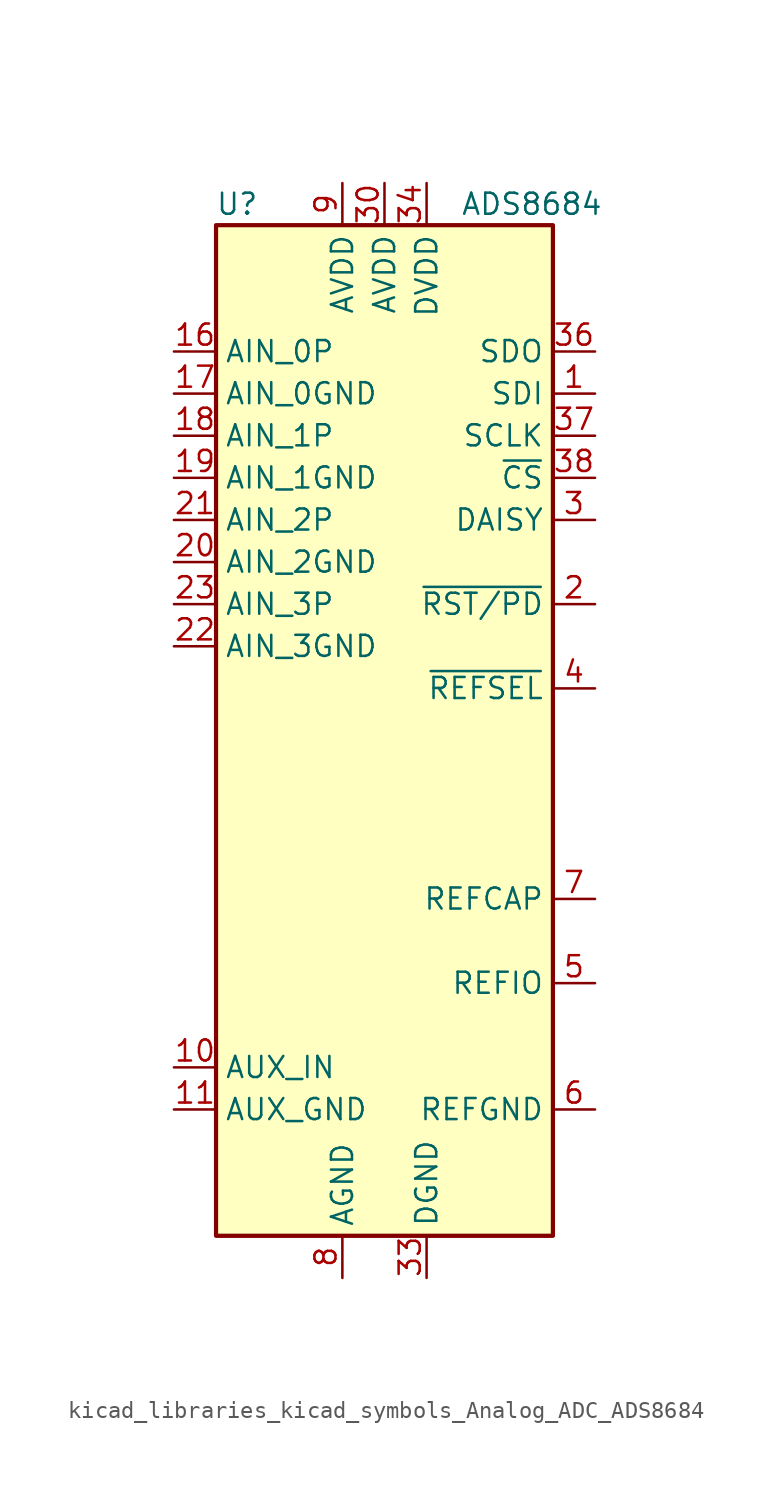
<source format=kicad_sym>
(kicad_symbol_lib
  (version 20220914)
  (generator kicad_symbol_editor)
  (symbol "kicad_libraries_kicad_symbols_Analog_ADC_ADS8684"
    (property "Reference" "U"
      (at -8.89 31.75 0)
      (effects (font (size 1.27 1.27))))
    (property "Value" "ADS8684"
      (at 8.89 31.75 0)
      (effects (font (size 1.27 1.27))))
    (symbol "kicad_libraries_kicad_symbols_Analog_ADC_ADS8684_0_1"
      (rectangle (start -10.16 30.48) (end 10.16 -30.48) (stroke (width 0.254) (type default)) (fill (type background))))
    (symbol "kicad_libraries_kicad_symbols_Analog_ADC_ADS8684_1_1"
      (pin input line (at 12.7 20.32 180) (length 2.54) (name "SDI" (effects (font (size 1.27 1.27)))) (number "1" (effects (font (size 1.27 1.27)))))
      (pin input line (at -12.7 -20.32 0) (length 2.54) (name "AUX_IN" (effects (font (size 1.27 1.27)))) (number "10" (effects (font (size 1.27 1.27)))))
      (pin input line (at -12.7 -22.86 0) (length 2.54) (name "AUX_GND" (effects (font (size 1.27 1.27)))) (number "11" (effects (font (size 1.27 1.27)))))
      (pin no_connect line (at -10.16 -7.62 0) (length 2.54) hide (name "NC" (effects (font (size 1.27 1.27)))) (number "12" (effects (font (size 1.27 1.27)))))
      (pin no_connect line (at -10.16 -10.16 0) (length 2.54) hide (name "NC" (effects (font (size 1.27 1.27)))) (number "13" (effects (font (size 1.27 1.27)))))
      (pin no_connect line (at -10.16 -12.7 0) (length 2.54) hide (name "NC" (effects (font (size 1.27 1.27)))) (number "14" (effects (font (size 1.27 1.27)))))
      (pin no_connect line (at -10.16 -15.24 0) (length 2.54) hide (name "NC" (effects (font (size 1.27 1.27)))) (number "15" (effects (font (size 1.27 1.27)))))
      (pin input line (at -12.7 22.86 0) (length 2.54) (name "AIN_0P" (effects (font (size 1.27 1.27)))) (number "16" (effects (font (size 1.27 1.27)))))
      (pin input line (at -12.7 20.32 0) (length 2.54) (name "AIN_0GND" (effects (font (size 1.27 1.27)))) (number "17" (effects (font (size 1.27 1.27)))))
      (pin input line (at -12.7 17.78 0) (length 2.54) (name "AIN_1P" (effects (font (size 1.27 1.27)))) (number "18" (effects (font (size 1.27 1.27)))))
      (pin input line (at -12.7 15.24 0) (length 2.54) (name "AIN_1GND" (effects (font (size 1.27 1.27)))) (number "19" (effects (font (size 1.27 1.27)))))
      (pin input line (at 12.7 7.62 180) (length 2.54) (name "~{RST/PD}" (effects (font (size 1.27 1.27)))) (number "2" (effects (font (size 1.27 1.27)))))
      (pin input line (at -12.7 10.16 0) (length 2.54) (name "AIN_2GND" (effects (font (size 1.27 1.27)))) (number "20" (effects (font (size 1.27 1.27)))))
      (pin input line (at -12.7 12.7 0) (length 2.54) (name "AIN_2P" (effects (font (size 1.27 1.27)))) (number "21" (effects (font (size 1.27 1.27)))))
      (pin input line (at -12.7 5.08 0) (length 2.54) (name "AIN_3GND" (effects (font (size 1.27 1.27)))) (number "22" (effects (font (size 1.27 1.27)))))
      (pin input line (at -12.7 7.62 0) (length 2.54) (name "AIN_3P" (effects (font (size 1.27 1.27)))) (number "23" (effects (font (size 1.27 1.27)))))
      (pin no_connect line (at -10.16 0 0) (length 2.54) hide (name "NC" (effects (font (size 1.27 1.27)))) (number "24" (effects (font (size 1.27 1.27)))))
      (pin no_connect line (at -10.16 2.54 0) (length 2.54) hide (name "NC" (effects (font (size 1.27 1.27)))) (number "25" (effects (font (size 1.27 1.27)))))
      (pin no_connect line (at -10.16 -5.08 0) (length 2.54) hide (name "NC" (effects (font (size 1.27 1.27)))) (number "26" (effects (font (size 1.27 1.27)))))
      (pin no_connect line (at -10.16 -2.54 0) (length 2.54) hide (name "NC" (effects (font (size 1.27 1.27)))) (number "27" (effects (font (size 1.27 1.27)))))
      (pin passive line (at -2.54 -33.02 90) (length 2.54) hide (name "AGND" (effects (font (size 1.27 1.27)))) (number "28" (effects (font (size 1.27 1.27)))))
      (pin passive line (at -2.54 -33.02 90) (length 2.54) hide (name "AGND" (effects (font (size 1.27 1.27)))) (number "29" (effects (font (size 1.27 1.27)))))
      (pin input line (at 12.7 12.7 180) (length 2.54) (name "DAISY" (effects (font (size 1.27 1.27)))) (number "3" (effects (font (size 1.27 1.27)))))
      (pin power_in line (at 0 33.02 270) (length 2.54) (name "AVDD" (effects (font (size 1.27 1.27)))) (number "30" (effects (font (size 1.27 1.27)))))
      (pin passive line (at -2.54 -33.02 90) (length 2.54) hide (name "AGND" (effects (font (size 1.27 1.27)))) (number "31" (effects (font (size 1.27 1.27)))))
      (pin passive line (at -2.54 -33.02 90) (length 2.54) hide (name "AGND" (effects (font (size 1.27 1.27)))) (number "32" (effects (font (size 1.27 1.27)))))
      (pin power_in line (at 2.54 -33.02 90) (length 2.54) (name "DGND" (effects (font (size 1.27 1.27)))) (number "33" (effects (font (size 1.27 1.27)))))
      (pin power_in line (at 2.54 33.02 270) (length 2.54) (name "DVDD" (effects (font (size 1.27 1.27)))) (number "34" (effects (font (size 1.27 1.27)))))
      (pin no_connect line (at 10.16 -5.08 180) (length 2.54) hide (name "DNC" (effects (font (size 1.27 1.27)))) (number "35" (effects (font (size 1.27 1.27)))))
      (pin output line (at 12.7 22.86 180) (length 2.54) (name "SDO" (effects (font (size 1.27 1.27)))) (number "36" (effects (font (size 1.27 1.27)))))
      (pin input line (at 12.7 17.78 180) (length 2.54) (name "SCLK" (effects (font (size 1.27 1.27)))) (number "37" (effects (font (size 1.27 1.27)))))
      (pin input line (at 12.7 15.24 180) (length 2.54) (name "~{CS}" (effects (font (size 1.27 1.27)))) (number "38" (effects (font (size 1.27 1.27)))))
      (pin input line (at 12.7 2.54 180) (length 2.54) (name "~{REFSEL}" (effects (font (size 1.27 1.27)))) (number "4" (effects (font (size 1.27 1.27)))))
      (pin passive line (at 12.7 -15.24 180) (length 2.54) (name "REFIO" (effects (font (size 1.27 1.27)))) (number "5" (effects (font (size 1.27 1.27)))))
      (pin power_in line (at 12.7 -22.86 180) (length 2.54) (name "REFGND" (effects (font (size 1.27 1.27)))) (number "6" (effects (font (size 1.27 1.27)))))
      (pin passive line (at 12.7 -10.16 180) (length 2.54) (name "REFCAP" (effects (font (size 1.27 1.27)))) (number "7" (effects (font (size 1.27 1.27)))))
      (pin power_in line (at -2.54 -33.02 90) (length 2.54) (name "AGND" (effects (font (size 1.27 1.27)))) (number "8" (effects (font (size 1.27 1.27)))))
      (pin power_in line (at -2.54 33.02 270) (length 2.54) (name "AVDD" (effects (font (size 1.27 1.27)))) (number "9" (effects (font (size 1.27 1.27))))))))
</source>
